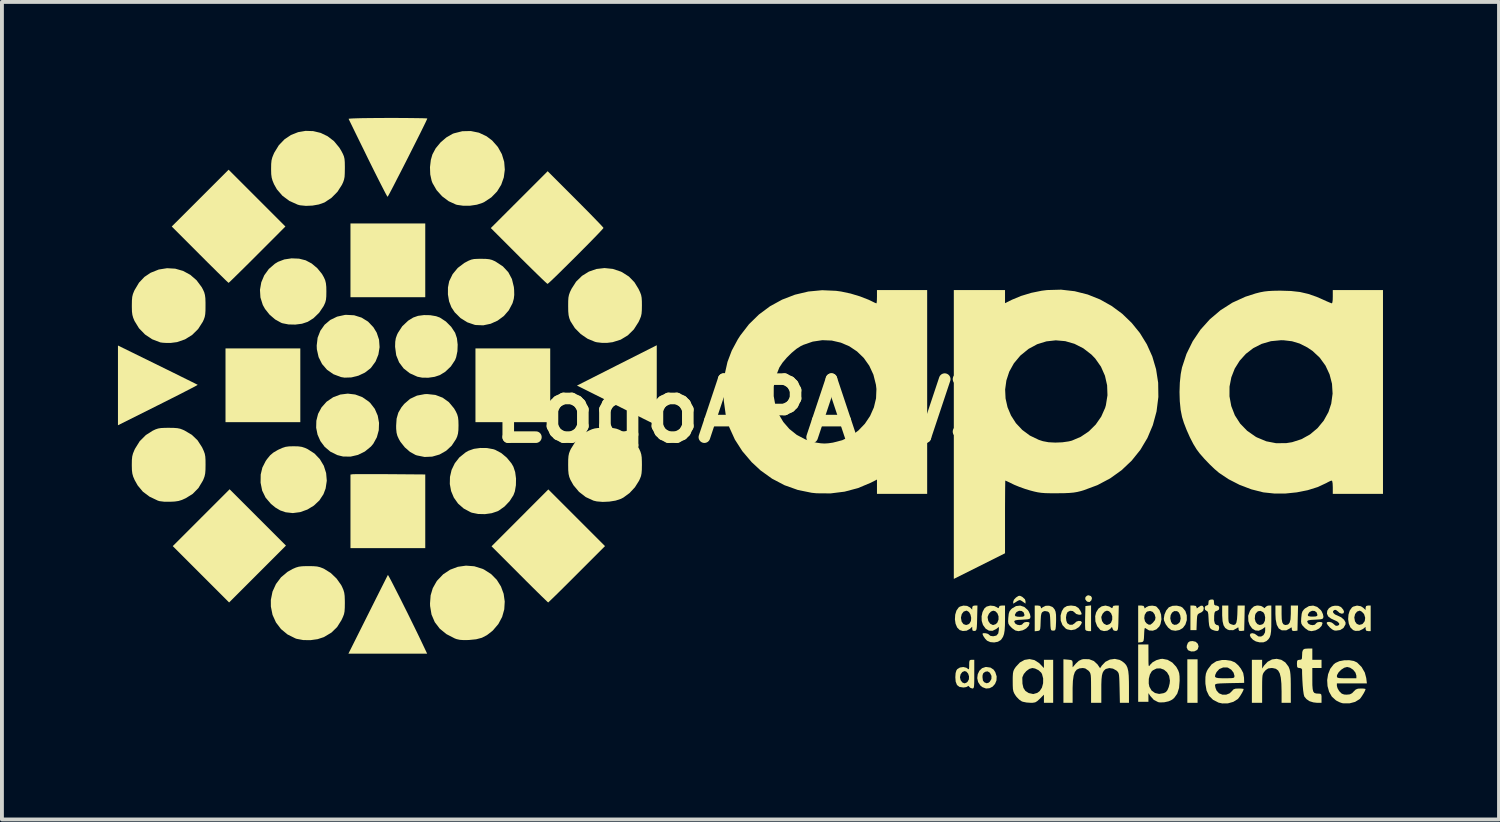
<source format=kicad_pcb>
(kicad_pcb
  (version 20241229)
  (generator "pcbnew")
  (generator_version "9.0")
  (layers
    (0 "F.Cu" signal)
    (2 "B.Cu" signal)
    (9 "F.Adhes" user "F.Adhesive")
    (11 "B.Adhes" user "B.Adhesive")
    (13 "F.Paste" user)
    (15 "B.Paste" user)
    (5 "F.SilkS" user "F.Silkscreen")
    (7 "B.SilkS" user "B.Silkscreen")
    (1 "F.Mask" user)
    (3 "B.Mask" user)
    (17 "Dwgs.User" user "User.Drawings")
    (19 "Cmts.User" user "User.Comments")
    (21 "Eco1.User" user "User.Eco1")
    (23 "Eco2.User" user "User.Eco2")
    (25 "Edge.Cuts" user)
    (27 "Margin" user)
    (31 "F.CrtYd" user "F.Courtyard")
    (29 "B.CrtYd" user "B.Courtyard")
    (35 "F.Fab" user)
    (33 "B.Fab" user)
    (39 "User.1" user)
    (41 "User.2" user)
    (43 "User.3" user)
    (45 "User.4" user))
  (footprint "LogoAPA_V3"
    (layer "F.Cu")
    (at 16.342 7.575)
    (property "Reference" "LogoAPA_V3" (at 0 0 0) (layer "F.SilkS") (effects (font (size 1.5 1.5) (thickness 0.3))))
    (attr board_only exclude_from_pos_files exclude_from_bom)
    (fp_poly (pts (xy -12.726 2.755) (xy -11.998 3.483) (xy -12.733 4.218) (xy -13.468 4.953) (xy -14.197 4.224) (xy -14.925 3.496) (xy -14.19 2.761) (xy -13.455 2.026)) (stroke (width 0) (type solid)) (fill yes) (layer "F.SilkS"))
    (fp_poly (pts (xy -11.627 -0.662) (xy -11.627 0.291) (xy -12.594 0.291) (xy -13.561 0.291) (xy -13.561 -0.662) (xy -13.561 -1.616) (xy -12.594 -1.616) (xy -11.627 -1.616)) (stroke (width 0) (type solid)) (fill yes) (layer "F.SilkS"))
    (fp_poly (pts (xy -8.396 -3.893) (xy -8.396 -2.94) (xy -9.363 -2.94) (xy -10.33 -2.94) (xy -10.33 -3.893) (xy -10.33 -4.847) (xy -9.363 -4.847) (xy -8.396 -4.847)) (stroke (width 0) (type solid)) (fill yes) (layer "F.SilkS"))
    (fp_poly (pts (xy -5.165 -0.662) (xy -5.165 0.291) (xy -6.131 0.291) (xy -7.098 0.291) (xy -7.098 -0.662) (xy -7.098 -1.616) (xy -6.131 -1.616) (xy -5.165 -1.616)) (stroke (width 0) (type solid)) (fill yes) (layer "F.SilkS"))
    (fp_poly (pts (xy 11.574 6.986) (xy 11.574 7.548) (xy 11.442 7.548) (xy 11.309 7.548) (xy 11.309 6.986) (xy 11.309 6.423) (xy 11.442 6.423) (xy 11.574 6.423)) (stroke (width 0) (type solid)) (fill yes) (layer "F.SilkS"))
    (fp_poly (pts (xy 8.817 4.788) (xy 8.844 4.837) (xy 8.829 4.895) (xy 8.784 4.941) (xy 8.731 4.936) (xy 8.703 4.918) (xy 8.668 4.868) (xy 8.675 4.814) (xy 8.716 4.776) (xy 8.756 4.767)) (stroke (width 0) (type solid)) (fill yes) (layer "F.SilkS"))
    (fp_poly (pts (xy 8.82 5.362) (xy 8.82 5.694) (xy 8.753 5.694) (xy 8.697 5.682) (xy 8.672 5.66) (xy 8.668 5.62) (xy 8.665 5.54) (xy 8.665 5.432) (xy 8.667 5.335) (xy 8.674 5.046) (xy 8.747 5.037) (xy 8.82 5.029)) (stroke (width 0) (type solid)) (fill yes) (layer "F.SilkS"))
    (fp_poly (pts (xy 11.526 5.97) (xy 11.58 6.021) (xy 11.6 6.089) (xy 11.579 6.159) (xy 11.559 6.183) (xy 11.492 6.217) (xy 11.408 6.22) (xy 11.335 6.191) (xy 11.323 6.181) (xy 11.292 6.117) (xy 11.296 6.068) (xy 11.325 5.993) (xy 11.373 5.958) (xy 11.445 5.951)) (stroke (width 0) (type solid)) (fill yes) (layer "F.SilkS"))
    (fp_poly (pts (xy -9.672 1.634) (xy -9.467 1.635) (xy -9.303 1.636) (xy -8.396 1.643) (xy -8.396 2.596) (xy -8.396 3.549) (xy -9.363 3.549) (xy -10.33 3.549) (xy -10.33 2.597) (xy -10.33 1.646) (xy -10.27 1.637) (xy -10.23 1.636) (xy -10.144 1.634) (xy -10.018 1.634) (xy -9.858 1.634)) (stroke (width 0) (type solid)) (fill yes) (layer "F.SilkS"))
    (fp_poly (pts (xy 7.031 4.803) (xy 7.045 4.811) (xy 7.11 4.87) (xy 7.125 4.921) (xy 7.125 4.983) (xy 7.051 4.93) (xy 7 4.897) (xy 6.964 4.892) (xy 6.917 4.915) (xy 6.892 4.931) (xy 6.807 4.985) (xy 6.807 4.931) (xy 6.827 4.88) (xy 6.877 4.827) (xy 6.886 4.821) (xy 6.941 4.785) (xy 6.981 4.78)) (stroke (width 0) (type solid)) (fill yes) (layer "F.SilkS"))
    (fp_poly (pts (xy -15.315 -1.187) (xy -15.099 -1.081) (xy -14.898 -0.982) (xy -14.717 -0.892) (xy -14.561 -0.815) (xy -14.434 -0.752) (xy -14.342 -0.706) (xy -14.29 -0.68) (xy -14.28 -0.674) (xy -14.301 -0.661) (xy -14.364 -0.626) (xy -14.466 -0.573) (xy -14.6 -0.504) (xy -14.763 -0.42) (xy -14.95 -0.326) (xy -15.156 -0.222) (xy -15.306 -0.147) (xy -16.342 0.371) (xy -16.342 -0.66) (xy -16.342 -1.691)) (stroke (width 0) (type solid)) (fill yes) (layer "F.SilkS"))
    (fp_poly (pts (xy -2.41 -0.664) (xy -2.41 -0.436) (xy -2.411 -0.225) (xy -2.412 -0.038) (xy -2.413 0.121) (xy -2.414 0.245) (xy -2.415 0.329) (xy -2.416 0.367) (xy -2.417 0.369) (xy -2.441 0.357) (xy -2.508 0.324) (xy -2.613 0.272) (xy -2.75 0.204) (xy -2.915 0.122) (xy -3.103 0.028) (xy -3.31 -0.075) (xy -3.448 -0.144) (xy -4.473 -0.655) (xy -3.442 -1.177) (xy -2.41 -1.698)) (stroke (width 0) (type solid)) (fill yes) (layer "F.SilkS"))
    (fp_poly (pts (xy -12.746 -5.502) (xy -12.012 -4.768) (xy -12.74 -4.039) (xy -12.901 -3.878) (xy -13.051 -3.729) (xy -13.185 -3.597) (xy -13.299 -3.485) (xy -13.389 -3.397) (xy -13.45 -3.338) (xy -13.48 -3.312) (xy -13.481 -3.311) (xy -13.502 -3.329) (xy -13.557 -3.38) (xy -13.64 -3.462) (xy -13.749 -3.568) (xy -13.878 -3.696) (xy -14.025 -3.841) (xy -14.184 -4) (xy -14.223 -4.039) (xy -14.951 -4.768) (xy -14.216 -5.502) (xy -13.481 -6.237)) (stroke (width 0) (type solid)) (fill yes) (layer "F.SilkS"))
    (fp_poly (pts (xy -4.481 2.763) (xy -3.748 3.496) (xy -4.476 4.224) (xy -4.638 4.386) (xy -4.787 4.534) (xy -4.921 4.667) (xy -5.035 4.779) (xy -5.125 4.866) (xy -5.187 4.925) (xy -5.216 4.952) (xy -5.218 4.953) (xy -5.239 4.935) (xy -5.293 4.883) (xy -5.377 4.802) (xy -5.485 4.696) (xy -5.615 4.568) (xy -5.761 4.423) (xy -5.92 4.264) (xy -5.957 4.227) (xy -6.682 3.501) (xy -5.948 2.766) (xy -5.214 2.03)) (stroke (width 0) (type solid)) (fill yes) (layer "F.SilkS"))
    (fp_poly (pts (xy -9.348 4.262) (xy -9.314 4.323) (xy -9.262 4.421) (xy -9.197 4.548) (xy -9.12 4.699) (xy -9.034 4.868) (xy -8.944 5.049) (xy -8.85 5.236) (xy -8.758 5.424) (xy -8.669 5.605) (xy -8.586 5.775) (xy -8.526 5.9) (xy -8.347 6.277) (xy -9.365 6.277) (xy -10.383 6.277) (xy -9.876 5.264) (xy -9.769 5.05) (xy -9.669 4.85) (xy -9.579 4.671) (xy -9.501 4.516) (xy -9.438 4.391) (xy -9.393 4.301) (xy -9.367 4.251) (xy -9.361 4.241)) (stroke (width 0) (type solid)) (fill yes) (layer "F.SilkS"))
    (fp_poly (pts (xy 11.529 5.043) (xy 11.548 5.076) (xy 11.548 5.076) (xy 11.552 5.105) (xy 11.572 5.097) (xy 11.596 5.076) (xy 11.661 5.036) (xy 11.708 5.04) (xy 11.732 5.087) (xy 11.733 5.107) (xy 11.721 5.166) (xy 11.676 5.206) (xy 11.647 5.22) (xy 11.604 5.241) (xy 11.578 5.266) (xy 11.564 5.307) (xy 11.557 5.379) (xy 11.553 5.463) (xy 11.546 5.668) (xy 11.467 5.668) (xy 11.389 5.668) (xy 11.389 5.35) (xy 11.389 5.032) (xy 11.468 5.032)) (stroke (width 0) (type solid)) (fill yes) (layer "F.SilkS"))
    (fp_poly (pts (xy -10.207 -0.424) (xy -10.023 -0.356) (xy -9.857 -0.241) (xy -9.818 -0.205) (xy -9.701 -0.053) (xy -9.625 0.122) (xy -9.591 0.31) (xy -9.598 0.5) (xy -9.648 0.682) (xy -9.739 0.848) (xy -9.801 0.922) (xy -9.958 1.05) (xy -10.137 1.138) (xy -10.328 1.182) (xy -10.522 1.179) (xy -10.668 1.143) (xy -10.849 1.054) (xy -10.996 0.93) (xy -11.107 0.781) (xy -11.181 0.614) (xy -11.217 0.435) (xy -11.212 0.253) (xy -11.167 0.075) (xy -11.077 -0.092) (xy -10.948 -0.237) (xy -10.778 -0.353) (xy -10.592 -0.423) (xy -10.399 -0.447)) (stroke (width 0) (type solid)) (fill yes) (layer "F.SilkS"))
    (fp_poly (pts (xy -10.235 -2.473) (xy -10.044 -2.413) (xy -9.875 -2.309) (xy -9.736 -2.162) (xy -9.651 -2.022) (xy -9.591 -1.841) (xy -9.577 -1.649) (xy -9.608 -1.457) (xy -9.681 -1.277) (xy -9.796 -1.119) (xy -9.814 -1.1) (xy -9.955 -0.991) (xy -10.124 -0.911) (xy -10.305 -0.866) (xy -10.482 -0.86) (xy -10.575 -0.875) (xy -10.771 -0.949) (xy -10.936 -1.064) (xy -11.065 -1.213) (xy -11.154 -1.391) (xy -11.199 -1.593) (xy -11.203 -1.689) (xy -11.179 -1.893) (xy -11.108 -2.074) (xy -10.998 -2.229) (xy -10.852 -2.352) (xy -10.675 -2.438) (xy -10.473 -2.482) (xy -10.444 -2.484)) (stroke (width 0) (type solid)) (fill yes) (layer "F.SilkS"))
    (fp_poly (pts (xy 13.746 5.252) (xy 13.75 5.382) (xy 13.764 5.467) (xy 13.791 5.515) (xy 13.834 5.534) (xy 13.856 5.536) (xy 13.915 5.522) (xy 13.954 5.476) (xy 13.977 5.391) (xy 13.984 5.262) (xy 13.985 5.242) (xy 13.985 5.032) (xy 14.078 5.032) (xy 14.172 5.032) (xy 14.164 5.357) (xy 14.157 5.681) (xy 14.084 5.69) (xy 14.031 5.688) (xy 14.012 5.659) (xy 14.011 5.639) (xy 14.007 5.599) (xy 13.986 5.604) (xy 13.965 5.621) (xy 13.869 5.673) (xy 13.759 5.674) (xy 13.746 5.671) (xy 13.673 5.625) (xy 13.622 5.532) (xy 13.594 5.392) (xy 13.587 5.251) (xy 13.587 5.032) (xy 13.667 5.032) (xy 13.746 5.032)) (stroke (width 0) (type solid)) (fill yes) (layer "F.SilkS"))
    (fp_poly (pts (xy -8.268 -2.475) (xy -8.116 -2.449) (xy -8.019 -2.414) (xy -7.863 -2.312) (xy -7.725 -2.174) (xy -7.623 -2.019) (xy -7.623 -2.018) (xy -7.577 -1.879) (xy -7.558 -1.715) (xy -7.564 -1.544) (xy -7.597 -1.387) (xy -7.626 -1.313) (xy -7.734 -1.15) (xy -7.879 -1.012) (xy -8.019 -0.926) (xy -8.156 -0.881) (xy -8.316 -0.858) (xy -8.475 -0.86) (xy -8.599 -0.884) (xy -8.796 -0.973) (xy -8.955 -1.098) (xy -9.072 -1.254) (xy -9.147 -1.439) (xy -9.175 -1.65) (xy -9.176 -1.669) (xy -9.172 -1.789) (xy -9.157 -1.882) (xy -9.125 -1.971) (xy -9.103 -2.017) (xy -8.99 -2.19) (xy -8.836 -2.335) (xy -8.708 -2.414) (xy -8.583 -2.458) (xy -8.43 -2.478)) (stroke (width 0) (type solid)) (fill yes) (layer "F.SilkS"))
    (fp_poly (pts (xy -7.008 -7.194) (xy -6.812 -7.102) (xy -6.667 -6.993) (xy -6.518 -6.824) (xy -6.415 -6.638) (xy -6.355 -6.44) (xy -6.339 -6.238) (xy -6.365 -6.038) (xy -6.432 -5.848) (xy -6.539 -5.674) (xy -6.686 -5.523) (xy -6.87 -5.401) (xy -6.912 -5.381) (xy -7.061 -5.332) (xy -7.236 -5.306) (xy -7.415 -5.305) (xy -7.575 -5.328) (xy -7.605 -5.337) (xy -7.792 -5.423) (xy -7.962 -5.551) (xy -8.104 -5.71) (xy -8.208 -5.89) (xy -8.23 -5.946) (xy -8.267 -6.113) (xy -8.274 -6.302) (xy -8.252 -6.49) (xy -8.211 -6.632) (xy -8.126 -6.791) (xy -8.001 -6.942) (xy -7.851 -7.071) (xy -7.69 -7.164) (xy -7.657 -7.177) (xy -7.438 -7.232) (xy -7.219 -7.237)) (stroke (width 0) (type solid)) (fill yes) (layer "F.SilkS"))
    (fp_poly (pts (xy -6.799 0.96) (xy -6.636 0.99) (xy -6.588 1.006) (xy -6.432 1.089) (xy -6.286 1.211) (xy -6.166 1.358) (xy -6.117 1.443) (xy -6.071 1.582) (xy -6.049 1.748) (xy -6.052 1.921) (xy -6.079 2.081) (xy -6.116 2.18) (xy -6.215 2.334) (xy -6.346 2.472) (xy -6.495 2.578) (xy -6.528 2.595) (xy -6.678 2.645) (xy -6.852 2.669) (xy -7.029 2.665) (xy -7.188 2.633) (xy -7.219 2.622) (xy -7.402 2.524) (xy -7.548 2.396) (xy -7.657 2.242) (xy -7.728 2.072) (xy -7.761 1.891) (xy -7.757 1.706) (xy -7.715 1.525) (xy -7.633 1.355) (xy -7.514 1.202) (xy -7.355 1.074) (xy -7.278 1.03) (xy -7.139 0.981) (xy -6.973 0.958)) (stroke (width 0) (type solid)) (fill yes) (layer "F.SilkS"))
    (fp_poly (pts (xy 12.369 5.258) (xy 12.37 5.368) (xy 12.375 5.437) (xy 12.386 5.477) (xy 12.408 5.5) (xy 12.437 5.515) (xy 12.502 5.535) (xy 12.548 5.523) (xy 12.577 5.475) (xy 12.594 5.383) (xy 12.602 5.261) (xy 12.609 5.032) (xy 12.702 5.032) (xy 12.794 5.032) (xy 12.787 5.357) (xy 12.779 5.681) (xy 12.707 5.69) (xy 12.653 5.688) (xy 12.635 5.659) (xy 12.634 5.639) (xy 12.63 5.599) (xy 12.608 5.604) (xy 12.587 5.62) (xy 12.495 5.67) (xy 12.391 5.668) (xy 12.35 5.654) (xy 12.288 5.612) (xy 12.245 5.542) (xy 12.22 5.437) (xy 12.21 5.289) (xy 12.21 5.24) (xy 12.21 5.032) (xy 12.289 5.032) (xy 12.369 5.032)) (stroke (width 0) (type solid)) (fill yes) (layer "F.SilkS"))
    (fp_poly (pts (xy -4.509 -5.476) (xy -4.349 -5.315) (xy -4.2 -5.165) (xy -4.069 -5.031) (xy -3.958 -4.916) (xy -3.871 -4.826) (xy -3.813 -4.763) (xy -3.788 -4.733) (xy -3.787 -4.731) (xy -3.806 -4.707) (xy -3.857 -4.651) (xy -3.935 -4.568) (xy -4.037 -4.463) (xy -4.156 -4.341) (xy -4.289 -4.207) (xy -4.429 -4.066) (xy -4.572 -3.923) (xy -4.713 -3.783) (xy -4.847 -3.651) (xy -4.968 -3.531) (xy -5.073 -3.43) (xy -5.155 -3.352) (xy -5.211 -3.302) (xy -5.233 -3.284) (xy -5.257 -3.302) (xy -5.314 -3.354) (xy -5.399 -3.435) (xy -5.509 -3.542) (xy -5.64 -3.67) (xy -5.787 -3.815) (xy -5.947 -3.973) (xy -5.979 -4.006) (xy -6.701 -4.728) (xy -5.966 -5.463) (xy -5.231 -6.198)) (stroke (width 0) (type solid)) (fill yes) (layer "F.SilkS"))
    (fp_poly (pts (xy -11.66 -3.937) (xy -11.488 -3.894) (xy -11.332 -3.811) (xy -11.187 -3.689) (xy -11.067 -3.542) (xy -11.018 -3.456) (xy -10.984 -3.379) (xy -10.965 -3.302) (xy -10.955 -3.207) (xy -10.953 -3.086) (xy -10.955 -2.963) (xy -10.963 -2.876) (xy -10.981 -2.805) (xy -11.013 -2.733) (xy -11.026 -2.707) (xy -11.14 -2.538) (xy -11.287 -2.396) (xy -11.436 -2.303) (xy -11.584 -2.254) (xy -11.756 -2.232) (xy -11.932 -2.236) (xy -12.09 -2.267) (xy -12.122 -2.279) (xy -12.276 -2.364) (xy -12.42 -2.487) (xy -12.539 -2.636) (xy -12.597 -2.74) (xy -12.658 -2.934) (xy -12.67 -3.131) (xy -12.636 -3.325) (xy -12.559 -3.507) (xy -12.441 -3.67) (xy -12.285 -3.805) (xy -12.205 -3.854) (xy -12.04 -3.917) (xy -11.852 -3.945)) (stroke (width 0) (type solid)) (fill yes) (layer "F.SilkS"))
    (fp_poly (pts (xy -8.133 -0.413) (xy -7.946 -0.342) (xy -7.785 -0.226) (xy -7.652 -0.066) (xy -7.606 0.013) (xy -7.57 0.09) (xy -7.549 0.164) (xy -7.539 0.253) (xy -7.536 0.371) (xy -7.539 0.496) (xy -7.55 0.588) (xy -7.572 0.666) (xy -7.6 0.728) (xy -7.712 0.898) (xy -7.857 1.032) (xy -8.028 1.128) (xy -8.216 1.182) (xy -8.413 1.191) (xy -8.611 1.151) (xy -8.649 1.138) (xy -8.79 1.06) (xy -8.924 0.943) (xy -9.037 0.801) (xy -9.079 0.728) (xy -9.117 0.645) (xy -9.138 0.564) (xy -9.148 0.464) (xy -9.149 0.384) (xy -9.137 0.2) (xy -9.093 0.046) (xy -9.011 -0.094) (xy -8.94 -0.181) (xy -8.788 -0.312) (xy -8.61 -0.396) (xy -8.408 -0.434) (xy -8.344 -0.436)) (stroke (width 0) (type solid)) (fill yes) (layer "F.SilkS"))
    (fp_poly (pts (xy -7.128 4.017) (xy -6.917 4.083) (xy -6.876 4.102) (xy -6.692 4.22) (xy -6.546 4.368) (xy -6.438 4.541) (xy -6.369 4.73) (xy -6.341 4.929) (xy -6.353 5.131) (xy -6.408 5.327) (xy -6.506 5.511) (xy -6.647 5.676) (xy -6.668 5.695) (xy -6.801 5.798) (xy -6.932 5.866) (xy -7.08 5.905) (xy -7.261 5.923) (xy -7.27 5.924) (xy -7.404 5.926) (xy -7.503 5.919) (xy -7.585 5.901) (xy -7.633 5.883) (xy -7.848 5.772) (xy -8.021 5.631) (xy -8.15 5.462) (xy -8.234 5.266) (xy -8.271 5.044) (xy -8.273 4.979) (xy -8.257 4.768) (xy -8.202 4.584) (xy -8.106 4.413) (xy -8.084 4.383) (xy -7.932 4.224) (xy -7.753 4.106) (xy -7.554 4.031) (xy -7.343 4.001)) (stroke (width 0) (type solid)) (fill yes) (layer "F.SilkS"))
    (fp_poly (pts (xy 6.22 6.637) (xy 6.299 6.689) (xy 6.343 6.753) (xy 6.379 6.865) (xy 6.374 6.969) (xy 6.337 7.059) (xy 6.275 7.129) (xy 6.195 7.17) (xy 6.104 7.178) (xy 6.012 7.144) (xy 5.957 7.1) (xy 5.899 7.011) (xy 5.877 6.91) (xy 5.88 6.884) (xy 6.012 6.884) (xy 6.024 6.972) (xy 6.059 7.017) (xy 6.12 7.042) (xy 6.17 7.028) (xy 6.202 7.001) (xy 6.243 6.933) (xy 6.245 6.851) (xy 6.207 6.777) (xy 6.198 6.767) (xy 6.147 6.735) (xy 6.094 6.742) (xy 6.078 6.749) (xy 6.034 6.78) (xy 6.015 6.83) (xy 6.012 6.884) (xy 5.88 6.884) (xy 5.89 6.808) (xy 5.932 6.719) (xy 6.001 6.653) (xy 6.092 6.622) (xy 6.109 6.621)) (stroke (width 0) (type solid)) (fill yes) (layer "F.SilkS"))
    (fp_poly (pts (xy -11.678 0.917) (xy -11.587 0.93) (xy -11.504 0.957) (xy -11.437 0.988) (xy -11.261 1.101) (xy -11.121 1.248) (xy -11.019 1.419) (xy -10.959 1.608) (xy -10.942 1.805) (xy -10.972 2.005) (xy -11.028 2.154) (xy -11.134 2.315) (xy -11.277 2.449) (xy -11.445 2.551) (xy -11.63 2.617) (xy -11.821 2.642) (xy -12.006 2.621) (xy -12.146 2.573) (xy -12.273 2.497) (xy -12.388 2.402) (xy -12.524 2.243) (xy -12.613 2.061) (xy -12.654 1.857) (xy -12.654 1.85) (xy -12.651 1.645) (xy -12.608 1.465) (xy -12.522 1.296) (xy -12.487 1.246) (xy -12.407 1.148) (xy -12.323 1.077) (xy -12.214 1.013) (xy -12.193 1.002) (xy -12.091 0.956) (xy -12.007 0.929) (xy -11.919 0.917) (xy -11.801 0.914) (xy -11.8 0.914)) (stroke (width 0) (type solid)) (fill yes) (layer "F.SilkS"))
    (fp_poly (pts (xy -6.83 -3.931) (xy -6.742 -3.922) (xy -6.671 -3.904) (xy -6.598 -3.872) (xy -6.574 -3.859) (xy -6.389 -3.737) (xy -6.249 -3.587) (xy -6.155 -3.41) (xy -6.105 -3.204) (xy -6.098 -3.127) (xy -6.095 -2.999) (xy -6.107 -2.898) (xy -6.135 -2.798) (xy -6.143 -2.777) (xy -6.236 -2.601) (xy -6.366 -2.452) (xy -6.526 -2.334) (xy -6.706 -2.253) (xy -6.897 -2.213) (xy -7.091 -2.221) (xy -7.116 -2.225) (xy -7.309 -2.291) (xy -7.485 -2.401) (xy -7.634 -2.549) (xy -7.72 -2.679) (xy -7.78 -2.833) (xy -7.81 -3.012) (xy -7.809 -3.193) (xy -7.777 -3.354) (xy -7.688 -3.537) (xy -7.556 -3.697) (xy -7.387 -3.825) (xy -7.363 -3.838) (xy -7.276 -3.884) (xy -7.206 -3.912) (xy -7.136 -3.927) (xy -7.045 -3.932) (xy -6.953 -3.933)) (stroke (width 0) (type solid)) (fill yes) (layer "F.SilkS"))
    (fp_poly (pts (xy 11.139 5.059) (xy 11.186 5.087) (xy 11.259 5.175) (xy 11.295 5.287) (xy 11.296 5.409) (xy 11.259 5.524) (xy 11.195 5.611) (xy 11.106 5.665) (xy 11.001 5.685) (xy 10.902 5.669) (xy 10.887 5.662) (xy 10.812 5.602) (xy 10.748 5.514) (xy 10.707 5.42) (xy 10.7 5.372) (xy 10.702 5.363) (xy 10.868 5.363) (xy 10.887 5.449) (xy 10.92 5.504) (xy 10.972 5.532) (xy 11.037 5.524) (xy 11.096 5.483) (xy 11.119 5.449) (xy 11.137 5.369) (xy 11.125 5.284) (xy 11.091 5.213) (xy 11.044 5.178) (xy 10.971 5.176) (xy 10.914 5.215) (xy 10.878 5.281) (xy 10.868 5.363) (xy 10.702 5.363) (xy 10.718 5.264) (xy 10.763 5.16) (xy 10.826 5.083) (xy 10.836 5.076) (xy 10.927 5.04) (xy 11.036 5.035)) (stroke (width 0) (type solid)) (fill yes) (layer "F.SilkS"))
    (fp_poly (pts (xy 8.415 5.047) (xy 8.494 5.096) (xy 8.541 5.164) (xy 8.573 5.229) (xy 8.574 5.26) (xy 8.543 5.27) (xy 8.508 5.271) (xy 8.435 5.25) (xy 8.402 5.218) (xy 8.348 5.175) (xy 8.278 5.168) (xy 8.215 5.2) (xy 8.208 5.208) (xy 8.184 5.262) (xy 8.172 5.339) (xy 8.172 5.35) (xy 8.181 5.428) (xy 8.204 5.487) (xy 8.208 5.492) (xy 8.268 5.53) (xy 8.338 5.529) (xy 8.396 5.491) (xy 8.402 5.483) (xy 8.445 5.446) (xy 8.501 5.429) (xy 8.553 5.435) (xy 8.581 5.463) (xy 8.581 5.471) (xy 8.564 5.515) (xy 8.52 5.574) (xy 8.504 5.591) (xy 8.411 5.65) (xy 8.303 5.67) (xy 8.198 5.647) (xy 8.163 5.627) (xy 8.08 5.538) (xy 8.035 5.422) (xy 8.032 5.291) (xy 8.063 5.179) (xy 8.117 5.092) (xy 8.197 5.045) (xy 8.303 5.032)) (stroke (width 0) (type solid)) (fill yes) (layer "F.SilkS"))
    (fp_poly (pts (xy -14.861 -3.678) (xy -14.658 -3.62) (xy -14.472 -3.519) (xy -14.309 -3.378) (xy -14.176 -3.199) (xy -14.141 -3.133) (xy -14.111 -3.066) (xy -14.093 -2.998) (xy -14.082 -2.916) (xy -14.078 -2.803) (xy -14.078 -2.728) (xy -14.079 -2.597) (xy -14.085 -2.503) (xy -14.098 -2.431) (xy -14.121 -2.365) (xy -14.149 -2.304) (xy -14.269 -2.117) (xy -14.424 -1.964) (xy -14.608 -1.85) (xy -14.813 -1.779) (xy -14.975 -1.758) (xy -15.083 -1.757) (xy -15.183 -1.763) (xy -15.248 -1.772) (xy -15.456 -1.852) (xy -15.642 -1.976) (xy -15.798 -2.137) (xy -15.914 -2.326) (xy -15.948 -2.408) (xy -15.969 -2.483) (xy -15.98 -2.569) (xy -15.983 -2.686) (xy -15.983 -2.728) (xy -15.981 -2.855) (xy -15.973 -2.948) (xy -15.955 -3.022) (xy -15.925 -3.097) (xy -15.911 -3.126) (xy -15.797 -3.317) (xy -15.657 -3.465) (xy -15.497 -3.572) (xy -15.287 -3.656) (xy -15.073 -3.69)) (stroke (width 0) (type solid)) (fill yes) (layer "F.SilkS"))
    (fp_poly (pts (xy -11.287 4.015) (xy -11.193 4.023) (xy -11.117 4.041) (xy -11.039 4.071) (xy -11.013 4.083) (xy -10.841 4.19) (xy -10.689 4.335) (xy -10.57 4.503) (xy -10.546 4.55) (xy -10.512 4.629) (xy -10.491 4.701) (xy -10.48 4.783) (xy -10.476 4.893) (xy -10.475 4.967) (xy -10.477 5.093) (xy -10.483 5.184) (xy -10.497 5.256) (xy -10.524 5.327) (xy -10.562 5.409) (xy -10.675 5.589) (xy -10.822 5.732) (xy -11.009 5.844) (xy -11.018 5.849) (xy -11.18 5.902) (xy -11.365 5.928) (xy -11.553 5.925) (xy -11.723 5.893) (xy -11.756 5.881) (xy -11.958 5.78) (xy -12.126 5.641) (xy -12.256 5.47) (xy -12.345 5.274) (xy -12.388 5.059) (xy -12.389 4.888) (xy -12.346 4.673) (xy -12.256 4.476) (xy -12.125 4.302) (xy -11.957 4.161) (xy -11.826 4.087) (xy -11.741 4.05) (xy -11.666 4.028) (xy -11.581 4.017) (xy -11.468 4.013) (xy -11.415 4.013)) (stroke (width 0) (type solid)) (fill yes) (layer "F.SilkS"))
    (fp_poly (pts (xy -3.548 -3.672) (xy -3.338 -3.602) (xy -3.305 -3.586) (xy -3.129 -3.473) (xy -2.988 -3.328) (xy -2.885 -3.161) (xy -2.842 -3.072) (xy -2.815 -3) (xy -2.801 -2.927) (xy -2.795 -2.835) (xy -2.794 -2.729) (xy -2.796 -2.605) (xy -2.803 -2.515) (xy -2.819 -2.442) (xy -2.849 -2.367) (xy -2.88 -2.3) (xy -3.003 -2.107) (xy -3.158 -1.954) (xy -3.343 -1.842) (xy -3.552 -1.777) (xy -3.688 -1.76) (xy -3.831 -1.76) (xy -3.959 -1.775) (xy -4.005 -1.786) (xy -4.199 -1.866) (xy -4.377 -1.988) (xy -4.527 -2.14) (xy -4.638 -2.314) (xy -4.644 -2.326) (xy -4.672 -2.399) (xy -4.69 -2.477) (xy -4.699 -2.576) (xy -4.701 -2.712) (xy -4.701 -2.715) (xy -4.7 -2.841) (xy -4.694 -2.932) (xy -4.679 -3.004) (xy -4.653 -3.076) (xy -4.614 -3.157) (xy -4.495 -3.343) (xy -4.343 -3.492) (xy -4.165 -3.602) (xy -3.969 -3.67) (xy -3.761 -3.694)) (stroke (width 0) (type solid)) (fill yes) (layer "F.SilkS"))
    (fp_poly (pts (xy 11.976 4.878) (xy 11.996 4.906) (xy 11.998 4.951) (xy 12.005 5.009) (xy 12.034 5.03) (xy 12.064 5.032) (xy 12.115 5.051) (xy 12.135 5.093) (xy 12.124 5.139) (xy 12.079 5.168) (xy 12.071 5.17) (xy 12.032 5.184) (xy 12.012 5.221) (xy 12.003 5.295) (xy 12.002 5.421) (xy 12.022 5.5) (xy 12.063 5.534) (xy 12.078 5.536) (xy 12.117 5.548) (xy 12.13 5.595) (xy 12.131 5.615) (xy 12.121 5.67) (xy 12.088 5.692) (xy 12.023 5.683) (xy 11.965 5.664) (xy 11.921 5.641) (xy 11.891 5.604) (xy 11.873 5.543) (xy 11.862 5.446) (xy 11.857 5.35) (xy 11.851 5.253) (xy 11.839 5.198) (xy 11.817 5.174) (xy 11.805 5.17) (xy 11.769 5.143) (xy 11.758 5.096) (xy 11.772 5.051) (xy 11.809 5.032) (xy 11.846 5.018) (xy 11.856 4.967) (xy 11.855 4.959) (xy 11.862 4.905) (xy 11.901 4.882) (xy 11.925 4.878)) (stroke (width 0) (type solid)) (fill yes) (layer "F.SilkS"))
    (fp_poly (pts (xy 13.736 6.435) (xy 13.841 6.501) (xy 13.922 6.607) (xy 13.933 6.629) (xy 13.953 6.681) (xy 13.967 6.741) (xy 13.976 6.819) (xy 13.982 6.924) (xy 13.984 7.068) (xy 13.984 7.145) (xy 13.985 7.548) (xy 13.865 7.548) (xy 13.746 7.548) (xy 13.746 7.251) (xy 13.741 7.051) (xy 13.726 6.898) (xy 13.699 6.787) (xy 13.657 6.712) (xy 13.598 6.668) (xy 13.519 6.65) (xy 13.481 6.648) (xy 13.4 6.659) (xy 13.338 6.7) (xy 13.312 6.729) (xy 13.284 6.764) (xy 13.265 6.799) (xy 13.253 6.843) (xy 13.247 6.908) (xy 13.244 7.003) (xy 13.243 7.138) (xy 13.243 7.18) (xy 13.243 7.548) (xy 13.111 7.548) (xy 12.978 7.548) (xy 12.978 6.992) (xy 12.978 6.436) (xy 13.111 6.436) (xy 13.243 6.436) (xy 13.243 6.549) (xy 13.243 6.661) (xy 13.293 6.585) (xy 13.387 6.485) (xy 13.499 6.426) (xy 13.619 6.41)) (stroke (width 0) (type solid)) (fill yes) (layer "F.SilkS"))
    (fp_poly (pts (xy -11.294 -7.235) (xy -11.102 -7.189) (xy -10.921 -7.102) (xy -10.757 -6.976) (xy -10.618 -6.808) (xy -10.566 -6.723) (xy -10.525 -6.644) (xy -10.499 -6.581) (xy -10.484 -6.516) (xy -10.477 -6.434) (xy -10.475 -6.32) (xy -10.475 -6.277) (xy -10.477 -6.146) (xy -10.482 -6.053) (xy -10.496 -5.981) (xy -10.519 -5.914) (xy -10.55 -5.847) (xy -10.666 -5.666) (xy -10.82 -5.51) (xy -10.998 -5.392) (xy -11.009 -5.387) (xy -11.148 -5.338) (xy -11.313 -5.309) (xy -11.482 -5.302) (xy -11.635 -5.317) (xy -11.694 -5.333) (xy -11.908 -5.429) (xy -12.089 -5.563) (xy -12.233 -5.73) (xy -12.306 -5.86) (xy -12.344 -5.951) (xy -12.367 -6.031) (xy -12.379 -6.121) (xy -12.382 -6.239) (xy -12.382 -6.264) (xy -12.38 -6.387) (xy -12.371 -6.478) (xy -12.351 -6.556) (xy -12.316 -6.642) (xy -12.299 -6.679) (xy -12.182 -6.87) (xy -12.036 -7.022) (xy -11.868 -7.135) (xy -11.683 -7.208) (xy -11.49 -7.241)) (stroke (width 0) (type solid)) (fill yes) (layer "F.SilkS"))
    (fp_poly (pts (xy 16.05 5.363) (xy 16.05 5.694) (xy 15.984 5.694) (xy 15.933 5.682) (xy 15.918 5.64) (xy 15.918 5.64) (xy 15.918 5.585) (xy 15.848 5.64) (xy 15.754 5.685) (xy 15.653 5.688) (xy 15.594 5.666) (xy 15.526 5.599) (xy 15.484 5.5) (xy 15.467 5.385) (xy 15.47 5.346) (xy 15.627 5.346) (xy 15.644 5.441) (xy 15.689 5.506) (xy 15.754 5.533) (xy 15.827 5.515) (xy 15.846 5.502) (xy 15.896 5.436) (xy 15.908 5.349) (xy 15.882 5.262) (xy 15.865 5.237) (xy 15.815 5.188) (xy 15.769 5.165) (xy 15.766 5.165) (xy 15.698 5.189) (xy 15.648 5.251) (xy 15.627 5.338) (xy 15.627 5.346) (xy 15.47 5.346) (xy 15.476 5.267) (xy 15.509 5.161) (xy 15.567 5.081) (xy 15.599 5.06) (xy 15.697 5.034) (xy 15.796 5.051) (xy 15.857 5.09) (xy 15.918 5.148) (xy 15.918 5.09) (xy 15.932 5.045) (xy 15.981 5.032) (xy 15.984 5.032) (xy 16.05 5.032)) (stroke (width 0) (type solid)) (fill yes) (layer "F.SilkS"))
    (fp_poly (pts (xy -9.138 -7.575) (xy -8.929 -7.574) (xy -8.743 -7.572) (xy -8.586 -7.57) (xy -8.463 -7.568) (xy -8.381 -7.565) (xy -8.344 -7.562) (xy -8.343 -7.561) (xy -8.355 -7.532) (xy -8.387 -7.463) (xy -8.438 -7.359) (xy -8.503 -7.226) (xy -8.581 -7.07) (xy -8.668 -6.897) (xy -8.761 -6.713) (xy -8.856 -6.524) (xy -8.952 -6.335) (xy -9.045 -6.154) (xy -9.132 -5.985) (xy -9.209 -5.834) (xy -9.275 -5.708) (xy -9.326 -5.612) (xy -9.359 -5.553) (xy -9.37 -5.536) (xy -9.386 -5.559) (xy -9.422 -5.624) (xy -9.476 -5.728) (xy -9.546 -5.864) (xy -9.629 -6.028) (xy -9.723 -6.215) (xy -9.825 -6.421) (xy -9.88 -6.532) (xy -9.984 -6.746) (xy -10.082 -6.945) (xy -10.17 -7.124) (xy -10.245 -7.278) (xy -10.306 -7.403) (xy -10.35 -7.493) (xy -10.374 -7.543) (xy -10.378 -7.552) (xy -10.355 -7.557) (xy -10.283 -7.562) (xy -10.17 -7.566) (xy -10.019 -7.57) (xy -9.837 -7.572) (xy -9.628 -7.574) (xy -9.398 -7.575) (xy -9.365 -7.575)) (stroke (width 0) (type solid)) (fill yes) (layer "F.SilkS"))
    (fp_poly (pts (xy 7.503 5.043) (xy 7.522 5.076) (xy 7.522 5.076) (xy 7.526 5.105) (xy 7.546 5.097) (xy 7.57 5.076) (xy 7.646 5.039) (xy 7.737 5.037) (xy 7.819 5.068) (xy 7.839 5.085) (xy 7.878 5.133) (xy 7.902 5.191) (xy 7.914 5.272) (xy 7.916 5.387) (xy 7.914 5.469) (xy 7.909 5.575) (xy 7.902 5.637) (xy 7.889 5.669) (xy 7.866 5.68) (xy 7.84 5.681) (xy 7.808 5.679) (xy 7.788 5.666) (xy 7.777 5.63) (xy 7.77 5.563) (xy 7.766 5.454) (xy 7.766 5.448) (xy 7.761 5.336) (xy 7.754 5.264) (xy 7.74 5.223) (xy 7.718 5.199) (xy 7.696 5.187) (xy 7.623 5.174) (xy 7.579 5.189) (xy 7.552 5.209) (xy 7.535 5.243) (xy 7.524 5.302) (xy 7.518 5.398) (xy 7.516 5.45) (xy 7.512 5.561) (xy 7.506 5.629) (xy 7.494 5.667) (xy 7.474 5.683) (xy 7.44 5.689) (xy 7.436 5.69) (xy 7.363 5.698) (xy 7.363 5.365) (xy 7.363 5.032) (xy 7.443 5.032)) (stroke (width 0) (type solid)) (fill yes) (layer "F.SilkS"))
    (fp_poly (pts (xy 9.529 5.357) (xy 9.526 5.493) (xy 9.521 5.584) (xy 9.514 5.641) (xy 9.502 5.672) (xy 9.484 5.685) (xy 9.462 5.69) (xy 9.406 5.679) (xy 9.381 5.642) (xy 9.36 5.585) (xy 9.311 5.64) (xy 9.242 5.682) (xy 9.154 5.693) (xy 9.073 5.671) (xy 9.057 5.661) (xy 8.977 5.566) (xy 8.932 5.444) (xy 8.928 5.344) (xy 9.085 5.344) (xy 9.103 5.433) (xy 9.15 5.501) (xy 9.215 5.534) (xy 9.23 5.536) (xy 9.294 5.514) (xy 9.335 5.477) (xy 9.367 5.396) (xy 9.367 5.31) (xy 9.338 5.233) (xy 9.285 5.18) (xy 9.23 5.165) (xy 9.171 5.188) (xy 9.119 5.244) (xy 9.088 5.316) (xy 9.085 5.344) (xy 8.928 5.344) (xy 8.926 5.31) (xy 8.951 5.209) (xy 9.01 5.113) (xy 9.095 5.053) (xy 9.192 5.033) (xy 9.29 5.057) (xy 9.317 5.074) (xy 9.36 5.1) (xy 9.375 5.094) (xy 9.376 5.074) (xy 9.397 5.041) (xy 9.456 5.032) (xy 9.537 5.032)) (stroke (width 0) (type solid)) (fill yes) (layer "F.SilkS"))
    (fp_poly (pts (xy 15.211 5.04) (xy 15.273 5.067) (xy 15.299 5.088) (xy 15.343 5.144) (xy 15.362 5.195) (xy 15.362 5.196) (xy 15.343 5.235) (xy 15.298 5.243) (xy 15.243 5.222) (xy 15.205 5.187) (xy 15.15 5.145) (xy 15.112 5.147) (xy 15.075 5.179) (xy 15.082 5.22) (xy 15.127 5.263) (xy 15.19 5.291) (xy 15.288 5.337) (xy 15.361 5.4) (xy 15.4 5.468) (xy 15.4 5.518) (xy 15.348 5.61) (xy 15.262 5.666) (xy 15.152 5.682) (xy 15.105 5.676) (xy 15.054 5.65) (xy 14.994 5.6) (xy 14.942 5.541) (xy 14.913 5.491) (xy 14.912 5.481) (xy 14.932 5.458) (xy 14.98 5.455) (xy 15.037 5.47) (xy 15.083 5.5) (xy 15.092 5.511) (xy 15.145 5.554) (xy 15.184 5.557) (xy 15.233 5.535) (xy 15.237 5.497) (xy 15.2 5.455) (xy 15.17 5.437) (xy 15.088 5.399) (xy 15.024 5.369) (xy 14.95 5.313) (xy 14.919 5.242) (xy 14.927 5.167) (xy 14.971 5.1) (xy 15.047 5.053) (xy 15.123 5.037)) (stroke (width 0) (type solid)) (fill yes) (layer "F.SilkS"))
    (fp_poly (pts (xy 5.874 5.357) (xy 5.871 5.493) (xy 5.866 5.584) (xy 5.859 5.641) (xy 5.847 5.672) (xy 5.829 5.685) (xy 5.807 5.69) (xy 5.761 5.685) (xy 5.747 5.644) (xy 5.747 5.639) (xy 5.747 5.579) (xy 5.686 5.637) (xy 5.602 5.683) (xy 5.503 5.691) (xy 5.423 5.666) (xy 5.357 5.6) (xy 5.316 5.502) (xy 5.299 5.387) (xy 5.302 5.352) (xy 5.456 5.352) (xy 5.473 5.448) (xy 5.52 5.513) (xy 5.589 5.536) (xy 5.647 5.518) (xy 5.679 5.494) (xy 5.714 5.43) (xy 5.72 5.349) (xy 5.702 5.267) (xy 5.664 5.201) (xy 5.61 5.167) (xy 5.593 5.165) (xy 5.526 5.189) (xy 5.477 5.252) (xy 5.456 5.342) (xy 5.456 5.352) (xy 5.302 5.352) (xy 5.307 5.269) (xy 5.339 5.163) (xy 5.395 5.083) (xy 5.428 5.06) (xy 5.519 5.034) (xy 5.615 5.042) (xy 5.691 5.082) (xy 5.694 5.085) (xy 5.747 5.138) (xy 5.747 5.085) (xy 5.763 5.044) (xy 5.814 5.032) (xy 5.882 5.032)) (stroke (width 0) (type solid)) (fill yes) (layer "F.SilkS"))
    (fp_poly (pts (xy 5.8 6.807) (xy 5.8 6.954) (xy 5.798 7.056) (xy 5.793 7.121) (xy 5.785 7.158) (xy 5.771 7.174) (xy 5.751 7.178) (xy 5.749 7.178) (xy 5.694 7.158) (xy 5.673 7.135) (xy 5.647 7.109) (xy 5.63 7.121) (xy 5.594 7.141) (xy 5.528 7.151) (xy 5.512 7.151) (xy 5.416 7.136) (xy 5.353 7.087) (xy 5.319 6.999) (xy 5.31 6.886) (xy 5.43 6.886) (xy 5.447 6.963) (xy 5.492 7.022) (xy 5.549 7.045) (xy 5.595 7.028) (xy 5.626 7.004) (xy 5.661 6.94) (xy 5.664 6.864) (xy 5.641 6.792) (xy 5.595 6.741) (xy 5.549 6.727) (xy 5.491 6.751) (xy 5.447 6.81) (xy 5.43 6.886) (xy 5.31 6.886) (xy 5.317 6.78) (xy 5.338 6.71) (xy 5.361 6.677) (xy 5.429 6.635) (xy 5.516 6.622) (xy 5.596 6.641) (xy 5.626 6.663) (xy 5.651 6.682) (xy 5.663 6.672) (xy 5.668 6.622) (xy 5.668 6.57) (xy 5.67 6.491) (xy 5.681 6.451) (xy 5.707 6.437) (xy 5.734 6.436) (xy 5.8 6.436)) (stroke (width 0) (type solid)) (fill yes) (layer "F.SilkS"))
    (fp_poly (pts (xy -14.901 0.439) (xy -14.807 0.446) (xy -14.732 0.461) (xy -14.661 0.488) (xy -14.62 0.507) (xy -14.431 0.619) (xy -14.284 0.76) (xy -14.17 0.936) (xy -14.164 0.947) (xy -14.124 1.034) (xy -14.098 1.105) (xy -14.084 1.178) (xy -14.078 1.27) (xy -14.077 1.39) (xy -14.079 1.521) (xy -14.086 1.615) (xy -14.102 1.691) (xy -14.129 1.764) (xy -14.147 1.804) (xy -14.262 1.995) (xy -14.41 2.146) (xy -14.587 2.256) (xy -14.686 2.301) (xy -14.773 2.328) (xy -14.871 2.343) (xy -14.988 2.349) (xy -15.147 2.348) (xy -15.267 2.333) (xy -15.31 2.32) (xy -15.526 2.217) (xy -15.698 2.088) (xy -15.832 1.927) (xy -15.91 1.788) (xy -15.948 1.7) (xy -15.97 1.621) (xy -15.981 1.531) (xy -15.984 1.411) (xy -15.984 1.391) (xy -15.982 1.267) (xy -15.973 1.177) (xy -15.953 1.1) (xy -15.918 1.015) (xy -15.902 0.98) (xy -15.78 0.784) (xy -15.62 0.624) (xy -15.446 0.513) (xy -15.37 0.477) (xy -15.303 0.455) (xy -15.229 0.443) (xy -15.131 0.438) (xy -15.031 0.437)) (stroke (width 0) (type solid)) (fill yes) (layer "F.SilkS"))
    (fp_poly (pts (xy -3.619 0.439) (xy -3.526 0.446) (xy -3.454 0.46) (xy -3.384 0.486) (xy -3.336 0.509) (xy -3.17 0.616) (xy -3.018 0.758) (xy -2.898 0.922) (xy -2.866 0.979) (xy -2.832 1.055) (xy -2.811 1.123) (xy -2.799 1.202) (xy -2.795 1.306) (xy -2.794 1.391) (xy -2.796 1.519) (xy -2.803 1.611) (xy -2.817 1.684) (xy -2.844 1.753) (xy -2.869 1.807) (xy -2.975 1.975) (xy -3.114 2.124) (xy -3.272 2.24) (xy -3.337 2.274) (xy -3.473 2.319) (xy -3.636 2.345) (xy -3.806 2.353) (xy -3.962 2.34) (xy -4.046 2.32) (xy -4.246 2.228) (xy -4.421 2.092) (xy -4.565 1.92) (xy -4.643 1.781) (xy -4.672 1.708) (xy -4.69 1.631) (xy -4.699 1.533) (xy -4.701 1.4) (xy -4.701 1.391) (xy -4.7 1.262) (xy -4.693 1.169) (xy -4.678 1.096) (xy -4.652 1.027) (xy -4.629 0.979) (xy -4.523 0.81) (xy -4.385 0.66) (xy -4.228 0.542) (xy -4.163 0.508) (xy -4.085 0.474) (xy -4.012 0.453) (xy -3.93 0.442) (xy -3.82 0.437) (xy -3.748 0.437)) (stroke (width 0) (type solid)) (fill yes) (layer "F.SilkS"))
    (fp_poly (pts (xy 10.178 5.043) (xy 10.197 5.076) (xy 10.197 5.076) (xy 10.201 5.105) (xy 10.221 5.097) (xy 10.246 5.076) (xy 10.313 5.044) (xy 10.403 5.035) (xy 10.486 5.049) (xy 10.517 5.066) (xy 10.589 5.151) (xy 10.63 5.265) (xy 10.64 5.391) (xy 10.615 5.512) (xy 10.583 5.576) (xy 10.509 5.649) (xy 10.417 5.683) (xy 10.322 5.677) (xy 10.24 5.628) (xy 10.219 5.612) (xy 10.206 5.622) (xy 10.198 5.667) (xy 10.193 5.754) (xy 10.192 5.78) (xy 10.187 5.879) (xy 10.179 5.937) (xy 10.163 5.966) (xy 10.134 5.978) (xy 10.111 5.981) (xy 10.038 5.989) (xy 10.038 5.511) (xy 10.038 5.359) (xy 10.195 5.359) (xy 10.214 5.441) (xy 10.256 5.494) (xy 10.312 5.528) (xy 10.354 5.528) (xy 10.403 5.491) (xy 10.423 5.471) (xy 10.474 5.407) (xy 10.486 5.343) (xy 10.463 5.26) (xy 10.415 5.197) (xy 10.346 5.172) (xy 10.273 5.188) (xy 10.249 5.205) (xy 10.207 5.274) (xy 10.195 5.359) (xy 10.038 5.359) (xy 10.038 5.032) (xy 10.118 5.032)) (stroke (width 0) (type solid)) (fill yes) (layer "F.SilkS"))
    (fp_poly (pts (xy 14.541 6.29) (xy 14.541 6.436) (xy 14.66 6.436) (xy 14.779 6.436) (xy 14.779 6.542) (xy 14.779 6.648) (xy 14.66 6.648) (xy 14.541 6.648) (xy 14.541 6.947) (xy 14.542 7.093) (xy 14.55 7.193) (xy 14.566 7.257) (xy 14.595 7.293) (xy 14.64 7.307) (xy 14.692 7.31) (xy 14.745 7.313) (xy 14.771 7.331) (xy 14.779 7.379) (xy 14.779 7.429) (xy 14.779 7.548) (xy 14.667 7.548) (xy 14.569 7.537) (xy 14.474 7.508) (xy 14.461 7.502) (xy 14.39 7.452) (xy 14.337 7.389) (xy 14.333 7.381) (xy 14.318 7.324) (xy 14.304 7.227) (xy 14.292 7.098) (xy 14.283 6.95) (xy 14.277 6.795) (xy 14.276 6.687) (xy 14.253 6.656) (xy 14.21 6.648) (xy 14.167 6.642) (xy 14.148 6.615) (xy 14.144 6.551) (xy 14.143 6.542) (xy 14.147 6.474) (xy 14.164 6.443) (xy 14.204 6.436) (xy 14.21 6.436) (xy 14.253 6.43) (xy 14.272 6.402) (xy 14.276 6.338) (xy 14.276 6.332) (xy 14.281 6.234) (xy 14.301 6.177) (xy 14.344 6.151) (xy 14.421 6.145) (xy 14.424 6.145) (xy 14.541 6.145)) (stroke (width 0) (type solid)) (fill yes) (layer "F.SilkS"))
    (fp_poly (pts (xy 7.092 5.068) (xy 7.183 5.148) (xy 7.207 5.182) (xy 7.24 5.255) (xy 7.253 5.321) (xy 7.252 5.33) (xy 7.244 5.36) (xy 7.222 5.379) (xy 7.175 5.389) (xy 7.091 5.395) (xy 7.039 5.398) (xy 6.929 5.404) (xy 6.864 5.415) (xy 6.836 5.433) (xy 6.833 5.442) (xy 6.855 5.494) (xy 6.908 5.528) (xy 6.973 5.54) (xy 7.032 5.527) (xy 7.064 5.492) (xy 7.094 5.468) (xy 7.147 5.457) (xy 7.199 5.46) (xy 7.229 5.478) (xy 7.231 5.484) (xy 7.206 5.559) (xy 7.142 5.625) (xy 7.052 5.673) (xy 6.949 5.694) (xy 6.938 5.694) (xy 6.862 5.678) (xy 6.783 5.622) (xy 6.761 5.601) (xy 6.71 5.547) (xy 6.683 5.501) (xy 6.675 5.445) (xy 6.679 5.358) (xy 6.68 5.346) (xy 6.688 5.275) (xy 6.849 5.275) (xy 6.862 5.307) (xy 6.92 5.321) (xy 6.981 5.324) (xy 7.055 5.32) (xy 7.09 5.304) (xy 7.098 5.276) (xy 7.077 5.211) (xy 7.026 5.173) (xy 6.96 5.168) (xy 6.897 5.198) (xy 6.876 5.222) (xy 6.849 5.275) (xy 6.688 5.275) (xy 6.69 5.249) (xy 6.71 5.186) (xy 6.746 5.137) (xy 6.776 5.108) (xy 6.879 5.047) (xy 6.988 5.034)) (stroke (width 0) (type solid)) (fill yes) (layer "F.SilkS"))
    (fp_poly (pts (xy 14.667 5.068) (xy 14.758 5.148) (xy 14.782 5.182) (xy 14.815 5.255) (xy 14.828 5.321) (xy 14.827 5.33) (xy 14.819 5.36) (xy 14.797 5.379) (xy 14.75 5.389) (xy 14.666 5.395) (xy 14.614 5.398) (xy 14.504 5.404) (xy 14.439 5.415) (xy 14.411 5.433) (xy 14.408 5.442) (xy 14.43 5.494) (xy 14.483 5.528) (xy 14.548 5.54) (xy 14.607 5.527) (xy 14.639 5.492) (xy 14.669 5.468) (xy 14.721 5.457) (xy 14.774 5.46) (xy 14.804 5.478) (xy 14.806 5.484) (xy 14.781 5.559) (xy 14.717 5.625) (xy 14.627 5.673) (xy 14.524 5.694) (xy 14.513 5.694) (xy 14.437 5.678) (xy 14.358 5.622) (xy 14.336 5.601) (xy 14.285 5.547) (xy 14.258 5.501) (xy 14.25 5.445) (xy 14.254 5.358) (xy 14.255 5.346) (xy 14.263 5.274) (xy 14.423 5.274) (xy 14.434 5.304) (xy 14.489 5.317) (xy 14.554 5.319) (xy 14.63 5.315) (xy 14.666 5.299) (xy 14.673 5.274) (xy 14.652 5.21) (xy 14.601 5.173) (xy 14.535 5.168) (xy 14.472 5.198) (xy 14.451 5.222) (xy 14.423 5.274) (xy 14.263 5.274) (xy 14.265 5.249) (xy 14.285 5.186) (xy 14.321 5.137) (xy 14.351 5.108) (xy 14.454 5.047) (xy 14.563 5.034)) (stroke (width 0) (type solid)) (fill yes) (layer "F.SilkS"))
    (fp_poly (pts (xy 10.304 6.337) (xy 10.304 6.465) (xy 10.306 6.547) (xy 10.311 6.59) (xy 10.32 6.6) (xy 10.335 6.584) (xy 10.349 6.562) (xy 10.414 6.497) (xy 10.511 6.444) (xy 10.619 6.414) (xy 10.668 6.41) (xy 10.799 6.436) (xy 10.921 6.507) (xy 11.02 6.614) (xy 11.035 6.639) (xy 11.075 6.713) (xy 11.098 6.78) (xy 11.108 6.861) (xy 11.11 6.974) (xy 11.11 6.979) (xy 11.095 7.164) (xy 11.049 7.31) (xy 10.969 7.422) (xy 10.915 7.467) (xy 10.826 7.509) (xy 10.712 7.534) (xy 10.602 7.538) (xy 10.555 7.53) (xy 10.442 7.472) (xy 10.352 7.371) (xy 10.303 7.297) (xy 10.303 7.409) (xy 10.303 7.522) (xy 10.171 7.522) (xy 10.038 7.522) (xy 10.038 7.048) (xy 10.311 7.048) (xy 10.328 7.132) (xy 10.385 7.231) (xy 10.473 7.294) (xy 10.58 7.318) (xy 10.694 7.299) (xy 10.755 7.269) (xy 10.794 7.222) (xy 10.828 7.142) (xy 10.852 7.047) (xy 10.859 6.973) (xy 10.839 6.854) (xy 10.784 6.758) (xy 10.705 6.691) (xy 10.611 6.657) (xy 10.512 6.661) (xy 10.418 6.708) (xy 10.387 6.736) (xy 10.34 6.818) (xy 10.313 6.929) (xy 10.311 7.048) (xy 10.038 7.048) (xy 10.038 6.78) (xy 10.038 6.039) (xy 10.171 6.039) (xy 10.303 6.039)) (stroke (width 0) (type solid)) (fill yes) (layer "F.SilkS"))
    (fp_poly (pts (xy 13.481 5.41) (xy 13.48 5.577) (xy 13.474 5.7) (xy 13.461 5.789) (xy 13.44 5.853) (xy 13.407 5.903) (xy 13.36 5.947) (xy 13.353 5.953) (xy 13.279 5.983) (xy 13.181 5.985) (xy 13.082 5.961) (xy 13.007 5.917) (xy 12.947 5.853) (xy 12.926 5.797) (xy 12.942 5.759) (xy 12.988 5.747) (xy 13.05 5.762) (xy 13.082 5.784) (xy 13.147 5.831) (xy 13.217 5.834) (xy 13.277 5.799) (xy 13.316 5.73) (xy 13.322 5.679) (xy 13.322 5.587) (xy 13.246 5.643) (xy 13.155 5.684) (xy 13.065 5.676) (xy 12.984 5.625) (xy 12.921 5.536) (xy 12.887 5.436) (xy 12.885 5.374) (xy 13.053 5.374) (xy 13.075 5.455) (xy 13.12 5.512) (xy 13.18 5.536) (xy 13.246 5.521) (xy 13.281 5.494) (xy 13.314 5.428) (xy 13.322 5.341) (xy 13.304 5.256) (xy 13.271 5.205) (xy 13.2 5.17) (xy 13.132 5.182) (xy 13.079 5.236) (xy 13.062 5.278) (xy 13.053 5.374) (xy 12.885 5.374) (xy 12.882 5.297) (xy 12.929 5.168) (xy 12.969 5.111) (xy 13.032 5.054) (xy 13.105 5.033) (xy 13.136 5.032) (xy 13.217 5.044) (xy 13.27 5.073) (xy 13.271 5.074) (xy 13.301 5.101) (xy 13.321 5.086) (xy 13.328 5.074) (xy 13.371 5.042) (xy 13.416 5.032) (xy 13.481 5.032)) (stroke (width 0) (type solid)) (fill yes) (layer "F.SilkS"))
    (fp_poly (pts (xy 7.355 6.443) (xy 7.474 6.518) (xy 7.502 6.546) (xy 7.601 6.65) (xy 7.601 6.543) (xy 7.601 6.436) (xy 7.721 6.436) (xy 7.84 6.436) (xy 7.84 6.992) (xy 7.84 7.548) (xy 7.721 7.548) (xy 7.601 7.548) (xy 7.601 7.443) (xy 7.601 7.337) (xy 7.496 7.443) (xy 7.429 7.504) (xy 7.375 7.536) (xy 7.309 7.547) (xy 7.251 7.547) (xy 7.151 7.54) (xy 7.059 7.521) (xy 7.027 7.51) (xy 6.962 7.465) (xy 6.894 7.395) (xy 6.868 7.36) (xy 6.833 7.304) (xy 6.811 7.251) (xy 6.799 7.188) (xy 6.795 7.1) (xy 6.794 6.99) (xy 6.794 6.904) (xy 7.042 6.904) (xy 7.046 7.054) (xy 7.071 7.163) (xy 7.122 7.24) (xy 7.203 7.293) (xy 7.213 7.297) (xy 7.325 7.321) (xy 7.428 7.292) (xy 7.491 7.245) (xy 7.549 7.156) (xy 7.58 7.041) (xy 7.581 6.918) (xy 7.552 6.806) (xy 7.529 6.766) (xy 7.462 6.705) (xy 7.372 6.661) (xy 7.302 6.648) (xy 7.224 6.67) (xy 7.145 6.728) (xy 7.08 6.804) (xy 7.045 6.884) (xy 7.042 6.904) (xy 6.794 6.904) (xy 6.795 6.869) (xy 6.8 6.786) (xy 6.812 6.727) (xy 6.835 6.676) (xy 6.872 6.621) (xy 6.874 6.618) (xy 6.979 6.505) (xy 7.1 6.438) (xy 7.228 6.417)) (stroke (width 0) (type solid)) (fill yes) (layer "F.SilkS"))
    (fp_poly (pts (xy 6.595 5.375) (xy 6.593 5.546) (xy 6.585 5.675) (xy 6.569 5.77) (xy 6.543 5.842) (xy 6.505 5.901) (xy 6.483 5.926) (xy 6.411 5.969) (xy 6.314 5.987) (xy 6.214 5.978) (xy 6.132 5.942) (xy 6.128 5.939) (xy 6.078 5.886) (xy 6.035 5.822) (xy 6.013 5.769) (xy 6.012 5.762) (xy 6.033 5.747) (xy 6.082 5.747) (xy 6.137 5.759) (xy 6.175 5.779) (xy 6.181 5.787) (xy 6.219 5.817) (xy 6.289 5.827) (xy 6.372 5.809) (xy 6.42 5.754) (xy 6.436 5.657) (xy 6.436 5.655) (xy 6.436 5.585) (xy 6.366 5.64) (xy 6.272 5.686) (xy 6.179 5.682) (xy 6.094 5.63) (xy 6.025 5.535) (xy 5.992 5.429) (xy 5.99 5.344) (xy 6.145 5.344) (xy 6.163 5.433) (xy 6.21 5.501) (xy 6.275 5.534) (xy 6.29 5.536) (xy 6.354 5.514) (xy 6.395 5.477) (xy 6.427 5.396) (xy 6.427 5.31) (xy 6.398 5.233) (xy 6.345 5.18) (xy 6.29 5.165) (xy 6.232 5.188) (xy 6.179 5.244) (xy 6.148 5.316) (xy 6.145 5.344) (xy 5.99 5.344) (xy 5.989 5.312) (xy 6.013 5.2) (xy 6.061 5.108) (xy 6.117 5.06) (xy 6.212 5.034) (xy 6.314 5.045) (xy 6.377 5.074) (xy 6.42 5.1) (xy 6.435 5.094) (xy 6.436 5.074) (xy 6.458 5.041) (xy 6.516 5.032) (xy 6.595 5.032)) (stroke (width 0) (type solid)) (fill yes) (layer "F.SilkS"))
    (fp_poly (pts (xy 15.615 6.466) (xy 15.698 6.505) (xy 15.815 6.622) (xy 15.898 6.766) (xy 15.935 6.906) (xy 15.952 7.045) (xy 15.564 7.045) (xy 15.176 7.045) (xy 15.176 7.109) (xy 15.193 7.171) (xy 15.234 7.242) (xy 15.245 7.255) (xy 15.301 7.31) (xy 15.363 7.333) (xy 15.428 7.337) (xy 15.511 7.329) (xy 15.569 7.299) (xy 15.609 7.257) (xy 15.663 7.205) (xy 15.721 7.182) (xy 15.797 7.178) (xy 15.869 7.18) (xy 15.912 7.188) (xy 15.918 7.192) (xy 15.904 7.235) (xy 15.869 7.302) (xy 15.824 7.374) (xy 15.781 7.434) (xy 15.764 7.452) (xy 15.647 7.524) (xy 15.502 7.562) (xy 15.344 7.561) (xy 15.311 7.556) (xy 15.248 7.534) (xy 15.17 7.495) (xy 15.149 7.482) (xy 15.045 7.387) (xy 14.974 7.261) (xy 14.934 7.115) (xy 14.925 6.96) (xy 14.941 6.857) (xy 15.176 6.857) (xy 15.18 6.883) (xy 15.196 6.899) (xy 15.235 6.908) (xy 15.308 6.912) (xy 15.422 6.913) (xy 15.428 6.913) (xy 15.68 6.913) (xy 15.68 6.845) (xy 15.656 6.767) (xy 15.597 6.693) (xy 15.518 6.64) (xy 15.441 6.621) (xy 15.366 6.641) (xy 15.288 6.692) (xy 15.221 6.759) (xy 15.181 6.829) (xy 15.176 6.857) (xy 14.941 6.857) (xy 14.949 6.808) (xy 15.004 6.669) (xy 15.091 6.556) (xy 15.141 6.516) (xy 15.241 6.471) (xy 15.366 6.448) (xy 15.497 6.446)) (stroke (width 0) (type solid)) (fill yes) (layer "F.SilkS"))
    (fp_poly (pts (xy 9.557 6.438) (xy 9.617 6.47) (xy 9.68 6.518) (xy 9.727 6.571) (xy 9.76 6.639) (xy 9.782 6.728) (xy 9.794 6.848) (xy 9.799 7.008) (xy 9.8 7.131) (xy 9.8 7.548) (xy 9.683 7.548) (xy 9.565 7.548) (xy 9.557 7.162) (xy 9.553 7.012) (xy 9.549 6.905) (xy 9.543 6.833) (xy 9.532 6.785) (xy 9.516 6.754) (xy 9.493 6.728) (xy 9.474 6.712) (xy 9.387 6.664) (xy 9.291 6.649) (xy 9.206 6.671) (xy 9.188 6.682) (xy 9.148 6.72) (xy 9.12 6.77) (xy 9.101 6.84) (xy 9.09 6.939) (xy 9.085 7.077) (xy 9.085 7.189) (xy 9.085 7.548) (xy 8.952 7.548) (xy 8.82 7.548) (xy 8.82 7.168) (xy 8.819 7.019) (xy 8.817 6.912) (xy 8.812 6.84) (xy 8.802 6.791) (xy 8.787 6.757) (xy 8.764 6.728) (xy 8.755 6.718) (xy 8.67 6.659) (xy 8.607 6.648) (xy 8.518 6.658) (xy 8.45 6.69) (xy 8.401 6.751) (xy 8.369 6.846) (xy 8.35 6.981) (xy 8.343 7.161) (xy 8.343 7.217) (xy 8.343 7.548) (xy 8.224 7.548) (xy 8.105 7.548) (xy 8.105 6.985) (xy 8.105 6.422) (xy 8.224 6.432) (xy 8.297 6.44) (xy 8.332 6.457) (xy 8.342 6.496) (xy 8.343 6.536) (xy 8.343 6.63) (xy 8.429 6.531) (xy 8.504 6.461) (xy 8.582 6.426) (xy 8.625 6.418) (xy 8.769 6.42) (xy 8.892 6.467) (xy 8.985 6.553) (xy 8.99 6.56) (xy 9.053 6.653) (xy 9.098 6.585) (xy 9.19 6.488) (xy 9.306 6.43) (xy 9.433 6.412)) (stroke (width 0) (type solid)) (fill yes) (layer "F.SilkS"))
    (fp_poly (pts (xy 12.437 6.46) (xy 12.539 6.502) (xy 12.626 6.578) (xy 12.695 6.666) (xy 12.754 6.776) (xy 12.775 6.898) (xy 12.775 6.902) (xy 12.779 7.032) (xy 12.402 7.039) (xy 12.254 7.043) (xy 12.15 7.047) (xy 12.084 7.053) (xy 12.046 7.062) (xy 12.029 7.076) (xy 12.025 7.095) (xy 12.025 7.1) (xy 12.037 7.162) (xy 12.065 7.231) (xy 12.127 7.301) (xy 12.215 7.337) (xy 12.312 7.338) (xy 12.402 7.303) (xy 12.466 7.241) (xy 12.502 7.201) (xy 12.553 7.182) (xy 12.637 7.178) (xy 12.711 7.18) (xy 12.758 7.187) (xy 12.766 7.192) (xy 12.752 7.235) (xy 12.717 7.302) (xy 12.673 7.374) (xy 12.629 7.434) (xy 12.612 7.452) (xy 12.498 7.523) (xy 12.358 7.562) (xy 12.213 7.564) (xy 12.117 7.543) (xy 11.974 7.47) (xy 11.871 7.368) (xy 11.806 7.231) (xy 11.777 7.058) (xy 11.775 6.992) (xy 11.777 6.878) (xy 11.779 6.869) (xy 12.024 6.869) (xy 12.047 6.895) (xy 12.107 6.908) (xy 12.211 6.913) (xy 12.276 6.913) (xy 12.393 6.912) (xy 12.466 6.909) (xy 12.507 6.901) (xy 12.524 6.884) (xy 12.528 6.858) (xy 12.528 6.85) (xy 12.504 6.767) (xy 12.444 6.691) (xy 12.363 6.641) (xy 12.34 6.634) (xy 12.234 6.634) (xy 12.136 6.675) (xy 12.067 6.75) (xy 12.063 6.756) (xy 12.031 6.824) (xy 12.024 6.869) (xy 11.779 6.869) (xy 11.789 6.796) (xy 11.815 6.726) (xy 11.844 6.674) (xy 11.939 6.551) (xy 12.058 6.474) (xy 12.204 6.441) (xy 12.305 6.441)) (stroke (width 0) (type solid)) (fill yes) (layer "F.SilkS"))
    (fp_poly (pts (xy 4.582 -0.49) (xy 4.582 2.145) (xy 3.933 2.145) (xy 3.284 2.145) (xy 3.284 1.96) (xy 3.284 1.775) (xy 3.126 1.856) (xy 2.796 1.995) (xy 2.446 2.088) (xy 2.085 2.133) (xy 1.724 2.13) (xy 1.596 2.117) (xy 1.238 2.044) (xy 0.895 1.922) (xy 0.571 1.752) (xy 0.273 1.538) (xy 0.044 1.325) (xy -0.198 1.04) (xy -0.39 0.741) (xy -0.533 0.427) (xy -0.628 0.092) (xy -0.677 -0.265) (xy -0.679 -0.382) (xy 0.614 -0.382) (xy 0.657 -0.144) (xy 0.74 0.08) (xy 0.862 0.286) (xy 1.02 0.468) (xy 1.21 0.62) (xy 1.43 0.736) (xy 1.678 0.812) (xy 1.722 0.821) (xy 1.835 0.838) (xy 1.928 0.843) (xy 2.027 0.837) (xy 2.145 0.82) (xy 2.385 0.758) (xy 2.606 0.652) (xy 2.802 0.508) (xy 2.971 0.332) (xy 3.106 0.131) (xy 3.204 -0.09) (xy 3.26 -0.324) (xy 3.27 -0.566) (xy 3.257 -0.678) (xy 3.192 -0.937) (xy 3.085 -1.168) (xy 2.942 -1.37) (xy 2.768 -1.538) (xy 2.569 -1.671) (xy 2.35 -1.765) (xy 2.116 -1.819) (xy 1.872 -1.829) (xy 1.623 -1.792) (xy 1.375 -1.706) (xy 1.317 -1.678) (xy 1.202 -1.605) (xy 1.075 -1.499) (xy 0.951 -1.376) (xy 0.842 -1.248) (xy 0.765 -1.131) (xy 0.758 -1.119) (xy 0.662 -0.875) (xy 0.615 -0.628) (xy 0.614 -0.382) (xy -0.679 -0.382) (xy -0.682 -0.628) (xy -0.65 -0.962) (xy -0.581 -1.268) (xy -0.471 -1.559) (xy -0.315 -1.849) (xy -0.248 -1.953) (xy -0.025 -2.242) (xy 0.232 -2.493) (xy 0.519 -2.706) (xy 0.831 -2.877) (xy 1.163 -3.005) (xy 1.509 -3.087) (xy 1.866 -3.121) (xy 2.226 -3.105) (xy 2.357 -3.087) (xy 2.601 -3.035) (xy 2.846 -2.961) (xy 3.069 -2.874) (xy 3.15 -2.835) (xy 3.217 -2.802) (xy 3.262 -2.783) (xy 3.27 -2.781) (xy 3.277 -2.805) (xy 3.282 -2.868) (xy 3.284 -2.953) (xy 3.284 -3.125) (xy 3.933 -3.125) (xy 4.582 -3.125)) (stroke (width 0) (type solid)) (fill yes) (layer "F.SilkS"))
    (fp_poly (pts (xy 8.396 -3.095) (xy 8.733 -3.01) (xy 9.052 -2.882) (xy 9.35 -2.715) (xy 9.624 -2.513) (xy 9.869 -2.277) (xy 10.083 -2.013) (xy 10.262 -1.722) (xy 10.403 -1.409) (xy 10.501 -1.077) (xy 10.555 -0.728) (xy 10.56 -0.367) (xy 10.56 -0.36) (xy 10.513 0.014) (xy 10.417 0.368) (xy 10.277 0.7) (xy 10.094 1.007) (xy 9.87 1.286) (xy 9.609 1.533) (xy 9.313 1.745) (xy 8.985 1.919) (xy 8.627 2.052) (xy 8.56 2.072) (xy 8.466 2.095) (xy 8.372 2.111) (xy 8.264 2.121) (xy 8.131 2.127) (xy 7.958 2.129) (xy 7.933 2.129) (xy 7.765 2.129) (xy 7.636 2.126) (xy 7.533 2.118) (xy 7.443 2.105) (xy 7.351 2.085) (xy 7.248 2.058) (xy 7.11 2.016) (xy 6.965 1.964) (xy 6.838 1.912) (xy 6.8 1.894) (xy 6.711 1.85) (xy 6.642 1.818) (xy 6.606 1.802) (xy 6.603 1.801) (xy 6.601 1.827) (xy 6.6 1.899) (xy 6.598 2.013) (xy 6.597 2.161) (xy 6.596 2.339) (xy 6.595 2.54) (xy 6.595 2.741) (xy 6.595 3.681) (xy 5.933 4.013) (xy 5.271 4.344) (xy 5.271 0.609) (xy 5.271 -0.554) (xy 6.598 -0.554) (xy 6.609 -0.322) (xy 6.66 -0.095) (xy 6.75 0.119) (xy 6.877 0.317) (xy 7.04 0.491) (xy 7.237 0.637) (xy 7.468 0.748) (xy 7.575 0.783) (xy 7.72 0.81) (xy 7.894 0.819) (xy 8.076 0.812) (xy 8.244 0.788) (xy 8.324 0.768) (xy 8.553 0.67) (xy 8.761 0.53) (xy 8.939 0.354) (xy 9.082 0.149) (xy 9.183 -0.078) (xy 9.203 -0.146) (xy 9.244 -0.405) (xy 9.235 -0.662) (xy 9.179 -0.91) (xy 9.076 -1.143) (xy 8.929 -1.353) (xy 8.83 -1.456) (xy 8.619 -1.619) (xy 8.391 -1.735) (xy 8.152 -1.804) (xy 7.908 -1.825) (xy 7.665 -1.798) (xy 7.428 -1.725) (xy 7.204 -1.604) (xy 6.998 -1.436) (xy 6.99 -1.429) (xy 6.824 -1.23) (xy 6.704 -1.014) (xy 6.63 -0.787) (xy 6.598 -0.554) (xy 5.271 -0.554) (xy 5.271 -3.125) (xy 5.933 -3.125) (xy 6.595 -3.125) (xy 6.595 -2.956) (xy 6.595 -2.786) (xy 6.775 -2.875) (xy 7.011 -2.973) (xy 7.275 -3.053) (xy 7.546 -3.108) (xy 7.683 -3.125) (xy 8.045 -3.135)) (stroke (width 0) (type solid)) (fill yes) (layer "F.SilkS"))
    (fp_poly (pts (xy 16.368 -0.49) (xy 16.368 2.145) (xy 15.719 2.145) (xy 15.07 2.145) (xy 15.07 1.973) (xy 15.066 1.876) (xy 15.055 1.816) (xy 15.042 1.801) (xy 15.004 1.813) (xy 14.939 1.845) (xy 14.903 1.865) (xy 14.68 1.969) (xy 14.422 2.05) (xy 14.14 2.106) (xy 13.847 2.136) (xy 13.557 2.136) (xy 13.281 2.107) (xy 13.265 2.104) (xy 12.965 2.028) (xy 12.662 1.913) (xy 12.375 1.766) (xy 12.132 1.604) (xy 12.013 1.503) (xy 11.88 1.375) (xy 11.748 1.237) (xy 11.63 1.102) (xy 11.549 0.994) (xy 11.464 0.855) (xy 11.375 0.682) (xy 11.291 0.493) (xy 11.219 0.307) (xy 11.173 0.159) (xy 11.136 -0.028) (xy 11.114 -0.25) (xy 11.11 -0.376) (xy 12.399 -0.376) (xy 12.445 -0.126) (xy 12.538 0.114) (xy 12.677 0.33) (xy 12.857 0.515) (xy 13.075 0.667) (xy 13.106 0.684) (xy 13.351 0.786) (xy 13.604 0.835) (xy 13.867 0.833) (xy 14.018 0.809) (xy 14.26 0.731) (xy 14.48 0.609) (xy 14.674 0.447) (xy 14.835 0.252) (xy 14.958 0.03) (xy 15.03 -0.188) (xy 15.065 -0.446) (xy 15.05 -0.701) (xy 14.987 -0.945) (xy 14.881 -1.172) (xy 14.733 -1.376) (xy 14.546 -1.551) (xy 14.412 -1.641) (xy 14.212 -1.742) (xy 14.016 -1.801) (xy 13.805 -1.826) (xy 13.731 -1.828) (xy 13.471 -1.803) (xy 13.23 -1.733) (xy 13.013 -1.622) (xy 12.822 -1.475) (xy 12.662 -1.297) (xy 12.535 -1.094) (xy 12.447 -0.869) (xy 12.4 -0.628) (xy 12.399 -0.376) (xy 11.11 -0.376) (xy 11.107 -0.488) (xy 11.115 -0.728) (xy 11.138 -0.951) (xy 11.171 -1.122) (xy 11.287 -1.474) (xy 11.448 -1.801) (xy 11.65 -2.101) (xy 11.891 -2.369) (xy 12.167 -2.603) (xy 12.474 -2.799) (xy 12.809 -2.952) (xy 13.073 -3.037) (xy 13.191 -3.067) (xy 13.296 -3.087) (xy 13.402 -3.099) (xy 13.527 -3.106) (xy 13.686 -3.109) (xy 13.72 -3.109) (xy 13.987 -3.101) (xy 14.22 -3.075) (xy 14.436 -3.025) (xy 14.652 -2.95) (xy 14.803 -2.884) (xy 14.902 -2.839) (xy 14.984 -2.804) (xy 15.037 -2.784) (xy 15.048 -2.781) (xy 15.059 -2.805) (xy 15.068 -2.868) (xy 15.07 -2.953) (xy 15.07 -3.125) (xy 15.719 -3.125) (xy 16.368 -3.125)) (stroke (width 0) (type solid)) (fill yes) (layer "F.SilkS")))
  (gr_rect
    (start -3 -3)
    (end 35.71 18.139)
    (stroke (width 0.1) (type default))
    (fill no)
    (layer "Edge.Cuts")))
</source>
